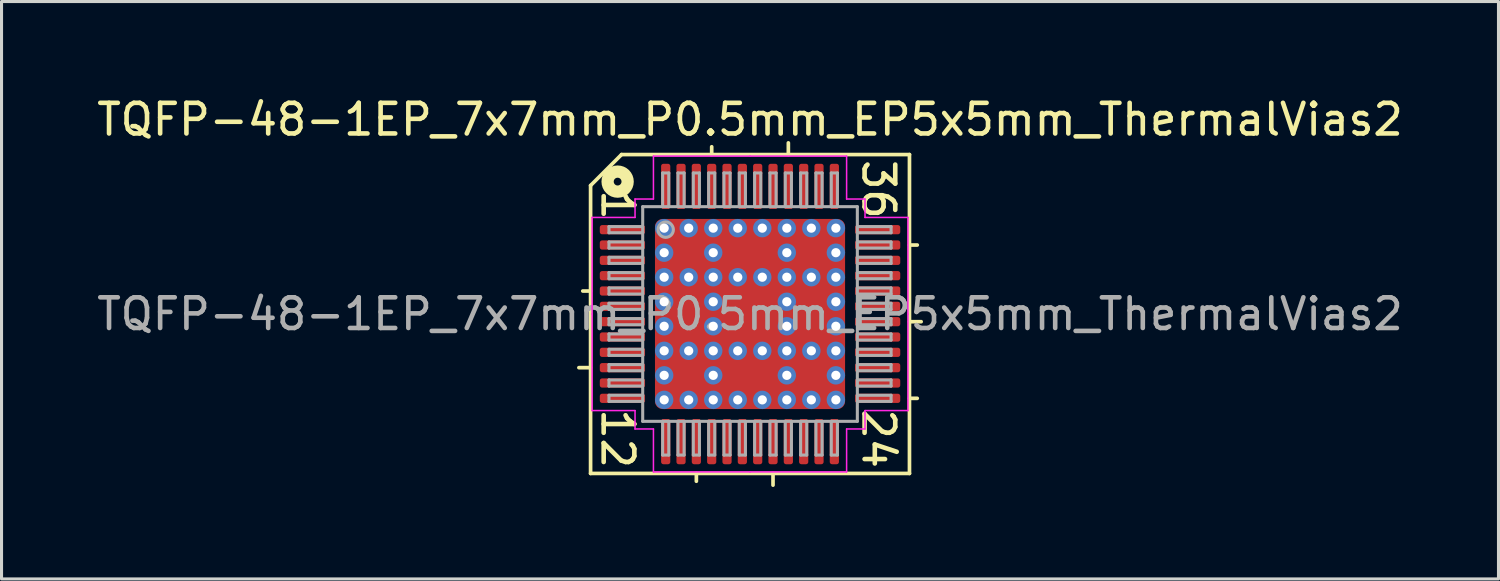
<source format=kicad_pcb>
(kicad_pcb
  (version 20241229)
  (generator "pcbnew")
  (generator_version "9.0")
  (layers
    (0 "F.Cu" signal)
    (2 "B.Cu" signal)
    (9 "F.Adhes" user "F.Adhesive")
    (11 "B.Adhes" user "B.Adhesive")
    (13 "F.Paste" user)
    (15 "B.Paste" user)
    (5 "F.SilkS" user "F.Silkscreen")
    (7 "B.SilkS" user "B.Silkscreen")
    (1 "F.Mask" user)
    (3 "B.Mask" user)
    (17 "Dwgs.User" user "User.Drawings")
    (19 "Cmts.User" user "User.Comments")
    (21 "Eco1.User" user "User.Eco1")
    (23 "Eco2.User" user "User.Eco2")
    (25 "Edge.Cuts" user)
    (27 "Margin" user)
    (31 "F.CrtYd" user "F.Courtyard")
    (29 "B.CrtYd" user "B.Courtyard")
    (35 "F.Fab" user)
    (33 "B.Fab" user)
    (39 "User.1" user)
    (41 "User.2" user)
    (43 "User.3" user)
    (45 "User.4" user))
  (footprint "TQFP-48-1EP_7x7mm_P0.5mm_EP5x5mm_ThermalVias2"
    (layer "F.Cu")
    (at 21.411 7.191)
    (property "Reference" "TQFP-48-1EP_7x7mm_P0.5mm_EP5x5mm_ThermalVias2" (at 0 -6.343 0) (layer "F.SilkS") (effects (font (size 1 1) (thickness 0.15))))
    (attr smd)
    (fp_line (start -5.2 -4.191) (end -5.2 5.2) (stroke (width 0.12) (type solid)) (layer "F.SilkS"))
    (fp_line (start -5.2 -0.75) (end -5.454 -0.75) (stroke (width 0.12) (type solid)) (layer "F.SilkS"))
    (fp_line (start -5.2 1.75) (end -5.581 1.75) (stroke (width 0.12) (type solid)) (layer "F.SilkS"))
    (fp_line (start -5.2 5.2) (end 5.2 5.2) (stroke (width 0.12) (type solid)) (layer "F.SilkS"))
    (fp_line (start -4.191 -5.2) (end -5.2 -4.191) (stroke (width 0.12) (type solid)) (layer "F.SilkS"))
    (fp_line (start -1.75 5.2) (end -1.75 5.454) (stroke (width 0.12) (type solid)) (layer "F.SilkS"))
    (fp_line (start -1.25 -5.2) (end -1.25 -5.454) (stroke (width 0.12) (type solid)) (layer "F.SilkS"))
    (fp_line (start 0.75 5.2) (end 0.75 5.581) (stroke (width 0.12) (type solid)) (layer "F.SilkS"))
    (fp_line (start 1.25 -5.2) (end 1.25 -5.581) (stroke (width 0.12) (type solid)) (layer "F.SilkS"))
    (fp_line (start 5.2 -5.2) (end -4.191 -5.2) (stroke (width 0.12) (type solid)) (layer "F.SilkS"))
    (fp_line (start 5.2 -2.25) (end 5.454 -2.25) (stroke (width 0.12) (type solid)) (layer "F.SilkS"))
    (fp_line (start 5.2 0.25) (end 5.581 0.25) (stroke (width 0.12) (type solid)) (layer "F.SilkS"))
    (fp_line (start 5.2 2.75) (end 5.454 2.75) (stroke (width 0.12) (type solid)) (layer "F.SilkS"))
    (fp_line (start 5.2 5.2) (end 5.2 -5.2) (stroke (width 0.12) (type solid)) (layer "F.SilkS"))
    (fp_circle (center -4.318 -4.318) (end -4.191 -4.318) (stroke (width 0.4) (type solid)) (fill no) (layer "F.SilkS"))
    (fp_line (start -5.15 -3.15) (end -5.15 0) (stroke (width 0.05) (type solid)) (layer "F.CrtYd"))
    (fp_line (start -5.15 3.15) (end -5.15 0) (stroke (width 0.05) (type solid)) (layer "F.CrtYd"))
    (fp_line (start -3.75 -3.75) (end -3.75 -3.15) (stroke (width 0.05) (type solid)) (layer "F.CrtYd"))
    (fp_line (start -3.75 -3.15) (end -5.15 -3.15) (stroke (width 0.05) (type solid)) (layer "F.CrtYd"))
    (fp_line (start -3.75 3.15) (end -5.15 3.15) (stroke (width 0.05) (type solid)) (layer "F.CrtYd"))
    (fp_line (start -3.75 3.75) (end -3.75 3.15) (stroke (width 0.05) (type solid)) (layer "F.CrtYd"))
    (fp_line (start -3.15 -5.15) (end -3.15 -3.75) (stroke (width 0.05) (type solid)) (layer "F.CrtYd"))
    (fp_line (start -3.15 -3.75) (end -3.75 -3.75) (stroke (width 0.05) (type solid)) (layer "F.CrtYd"))
    (fp_line (start -3.15 3.75) (end -3.75 3.75) (stroke (width 0.05) (type solid)) (layer "F.CrtYd"))
    (fp_line (start -3.15 5.15) (end -3.15 3.75) (stroke (width 0.05) (type solid)) (layer "F.CrtYd"))
    (fp_line (start 0 -5.15) (end -3.15 -5.15) (stroke (width 0.05) (type solid)) (layer "F.CrtYd"))
    (fp_line (start 0 -5.15) (end 3.15 -5.15) (stroke (width 0.05) (type solid)) (layer "F.CrtYd"))
    (fp_line (start 0 5.15) (end -3.15 5.15) (stroke (width 0.05) (type solid)) (layer "F.CrtYd"))
    (fp_line (start 0 5.15) (end 3.15 5.15) (stroke (width 0.05) (type solid)) (layer "F.CrtYd"))
    (fp_line (start 3.15 -5.15) (end 3.15 -3.75) (stroke (width 0.05) (type solid)) (layer "F.CrtYd"))
    (fp_line (start 3.15 -3.75) (end 3.75 -3.75) (stroke (width 0.05) (type solid)) (layer "F.CrtYd"))
    (fp_line (start 3.15 3.75) (end 3.75 3.75) (stroke (width 0.05) (type solid)) (layer "F.CrtYd"))
    (fp_line (start 3.15 5.15) (end 3.15 3.75) (stroke (width 0.05) (type solid)) (layer "F.CrtYd"))
    (fp_line (start 3.75 -3.75) (end 3.75 -3.15) (stroke (width 0.05) (type solid)) (layer "F.CrtYd"))
    (fp_line (start 3.75 -3.15) (end 5.15 -3.15) (stroke (width 0.05) (type solid)) (layer "F.CrtYd"))
    (fp_line (start 3.75 3.15) (end 5.15 3.15) (stroke (width 0.05) (type solid)) (layer "F.CrtYd"))
    (fp_line (start 3.75 3.75) (end 3.75 3.15) (stroke (width 0.05) (type solid)) (layer "F.CrtYd"))
    (fp_line (start 5.15 -3.15) (end 5.15 0) (stroke (width 0.05) (type solid)) (layer "F.CrtYd"))
    (fp_line (start 5.15 3.15) (end 5.15 0) (stroke (width 0.05) (type solid)) (layer "F.CrtYd"))
    (fp_line (start -4.6 -2.85) (end -4.6 -2.65) (stroke (width 0.1) (type solid)) (layer "F.Fab"))
    (fp_line (start -4.6 -2.85) (end -3.5 -2.85) (stroke (width 0.1) (type solid)) (layer "F.Fab"))
    (fp_line (start -4.6 -2.65) (end -3.5 -2.65) (stroke (width 0.1) (type solid)) (layer "F.Fab"))
    (fp_line (start -4.6 -2.35) (end -4.6 -2.15) (stroke (width 0.1) (type solid)) (layer "F.Fab"))
    (fp_line (start -4.6 -2.35) (end -3.5 -2.35) (stroke (width 0.1) (type solid)) (layer "F.Fab"))
    (fp_line (start -4.6 -2.15) (end -3.5 -2.15) (stroke (width 0.1) (type solid)) (layer "F.Fab"))
    (fp_line (start -4.6 -1.85) (end -4.6 -1.65) (stroke (width 0.1) (type solid)) (layer "F.Fab"))
    (fp_line (start -4.6 -1.85) (end -3.5 -1.85) (stroke (width 0.1) (type solid)) (layer "F.Fab"))
    (fp_line (start -4.6 -1.65) (end -3.5 -1.65) (stroke (width 0.1) (type solid)) (layer "F.Fab"))
    (fp_line (start -4.6 -1.35) (end -4.6 -1.15) (stroke (width 0.1) (type solid)) (layer "F.Fab"))
    (fp_line (start -4.6 -1.35) (end -3.5 -1.35) (stroke (width 0.1) (type solid)) (layer "F.Fab"))
    (fp_line (start -4.6 -1.15) (end -3.5 -1.15) (stroke (width 0.1) (type solid)) (layer "F.Fab"))
    (fp_line (start -4.6 -0.85) (end -4.6 -0.65) (stroke (width 0.1) (type solid)) (layer "F.Fab"))
    (fp_line (start -4.6 -0.85) (end -3.5 -0.85) (stroke (width 0.1) (type solid)) (layer "F.Fab"))
    (fp_line (start -4.6 -0.65) (end -3.5 -0.65) (stroke (width 0.1) (type solid)) (layer "F.Fab"))
    (fp_line (start -4.6 -0.35) (end -4.6 -0.15) (stroke (width 0.1) (type solid)) (layer "F.Fab"))
    (fp_line (start -4.6 -0.35) (end -3.5 -0.35) (stroke (width 0.1) (type solid)) (layer "F.Fab"))
    (fp_line (start -4.6 -0.15) (end -3.5 -0.15) (stroke (width 0.1) (type solid)) (layer "F.Fab"))
    (fp_line (start -4.6 0.15) (end -4.6 0.35) (stroke (width 0.1) (type solid)) (layer "F.Fab"))
    (fp_line (start -4.6 0.15) (end -3.5 0.15) (stroke (width 0.1) (type solid)) (layer "F.Fab"))
    (fp_line (start -4.6 0.35) (end -3.5 0.35) (stroke (width 0.1) (type solid)) (layer "F.Fab"))
    (fp_line (start -4.6 0.65) (end -4.6 0.85) (stroke (width 0.1) (type solid)) (layer "F.Fab"))
    (fp_line (start -4.6 0.65) (end -3.5 0.65) (stroke (width 0.1) (type solid)) (layer "F.Fab"))
    (fp_line (start -4.6 0.85) (end -3.5 0.85) (stroke (width 0.1) (type solid)) (layer "F.Fab"))
    (fp_line (start -4.6 1.15) (end -4.6 1.35) (stroke (width 0.1) (type solid)) (layer "F.Fab"))
    (fp_line (start -4.6 1.15) (end -3.5 1.15) (stroke (width 0.1) (type solid)) (layer "F.Fab"))
    (fp_line (start -4.6 1.35) (end -3.5 1.35) (stroke (width 0.1) (type solid)) (layer "F.Fab"))
    (fp_line (start -4.6 1.65) (end -4.6 1.85) (stroke (width 0.1) (type solid)) (layer "F.Fab"))
    (fp_line (start -4.6 1.65) (end -3.5 1.65) (stroke (width 0.1) (type solid)) (layer "F.Fab"))
    (fp_line (start -4.6 1.85) (end -3.5 1.85) (stroke (width 0.1) (type solid)) (layer "F.Fab"))
    (fp_line (start -4.6 2.15) (end -4.6 2.35) (stroke (width 0.1) (type solid)) (layer "F.Fab"))
    (fp_line (start -4.6 2.15) (end -3.5 2.15) (stroke (width 0.1) (type solid)) (layer "F.Fab"))
    (fp_line (start -4.6 2.35) (end -3.5 2.35) (stroke (width 0.1) (type solid)) (layer "F.Fab"))
    (fp_line (start -4.6 2.65) (end -4.6 2.85) (stroke (width 0.1) (type solid)) (layer "F.Fab"))
    (fp_line (start -4.6 2.65) (end -3.5 2.65) (stroke (width 0.1) (type solid)) (layer "F.Fab"))
    (fp_line (start -4.6 2.85) (end -3.5 2.85) (stroke (width 0.1) (type solid)) (layer "F.Fab"))
    (fp_line (start -3.5 -3.5) (end 3.5 -3.5) (stroke (width 0.1) (type solid)) (layer "F.Fab"))
    (fp_line (start -3.5 3.5) (end -3.5 -3.5) (stroke (width 0.1) (type solid)) (layer "F.Fab"))
    (fp_line (start -2.85 -4.6) (end -2.85 -3.5) (stroke (width 0.1) (type solid)) (layer "F.Fab"))
    (fp_line (start -2.85 4.6) (end -2.85 3.5) (stroke (width 0.1) (type solid)) (layer "F.Fab"))
    (fp_line (start -2.85 4.6) (end -2.65 4.6) (stroke (width 0.1) (type solid)) (layer "F.Fab"))
    (fp_line (start -2.65 -4.6) (end -2.85 -4.6) (stroke (width 0.1) (type solid)) (layer "F.Fab"))
    (fp_line (start -2.65 -4.6) (end -2.65 -3.5) (stroke (width 0.1) (type solid)) (layer "F.Fab"))
    (fp_line (start -2.65 4.6) (end -2.65 3.5) (stroke (width 0.1) (type solid)) (layer "F.Fab"))
    (fp_line (start -2.35 -4.6) (end -2.35 -3.5) (stroke (width 0.1) (type solid)) (layer "F.Fab"))
    (fp_line (start -2.35 4.6) (end -2.35 3.5) (stroke (width 0.1) (type solid)) (layer "F.Fab"))
    (fp_line (start -2.35 4.6) (end -2.15 4.6) (stroke (width 0.1) (type solid)) (layer "F.Fab"))
    (fp_line (start -2.15 -4.6) (end -2.35 -4.6) (stroke (width 0.1) (type solid)) (layer "F.Fab"))
    (fp_line (start -2.15 -4.6) (end -2.15 -3.5) (stroke (width 0.1) (type solid)) (layer "F.Fab"))
    (fp_line (start -2.15 4.6) (end -2.15 3.5) (stroke (width 0.1) (type solid)) (layer "F.Fab"))
    (fp_line (start -1.85 -4.6) (end -1.85 -3.5) (stroke (width 0.1) (type solid)) (layer "F.Fab"))
    (fp_line (start -1.85 4.6) (end -1.85 3.5) (stroke (width 0.1) (type solid)) (layer "F.Fab"))
    (fp_line (start -1.85 4.6) (end -1.65 4.6) (stroke (width 0.1) (type solid)) (layer "F.Fab"))
    (fp_line (start -1.65 -4.6) (end -1.85 -4.6) (stroke (width 0.1) (type solid)) (layer "F.Fab"))
    (fp_line (start -1.65 -4.6) (end -1.65 -3.5) (stroke (width 0.1) (type solid)) (layer "F.Fab"))
    (fp_line (start -1.65 4.6) (end -1.65 3.5) (stroke (width 0.1) (type solid)) (layer "F.Fab"))
    (fp_line (start -1.35 -4.6) (end -1.35 -3.5) (stroke (width 0.1) (type solid)) (layer "F.Fab"))
    (fp_line (start -1.35 4.6) (end -1.35 3.5) (stroke (width 0.1) (type solid)) (layer "F.Fab"))
    (fp_line (start -1.35 4.6) (end -1.15 4.6) (stroke (width 0.1) (type solid)) (layer "F.Fab"))
    (fp_line (start -1.15 -4.6) (end -1.35 -4.6) (stroke (width 0.1) (type solid)) (layer "F.Fab"))
    (fp_line (start -1.15 -4.6) (end -1.15 -3.5) (stroke (width 0.1) (type solid)) (layer "F.Fab"))
    (fp_line (start -1.15 4.6) (end -1.15 3.5) (stroke (width 0.1) (type solid)) (layer "F.Fab"))
    (fp_line (start -0.85 -4.6) (end -0.85 -3.5) (stroke (width 0.1) (type solid)) (layer "F.Fab"))
    (fp_line (start -0.85 4.6) (end -0.85 3.5) (stroke (width 0.1) (type solid)) (layer "F.Fab"))
    (fp_line (start -0.85 4.6) (end -0.65 4.6) (stroke (width 0.1) (type solid)) (layer "F.Fab"))
    (fp_line (start -0.65 -4.6) (end -0.85 -4.6) (stroke (width 0.1) (type solid)) (layer "F.Fab"))
    (fp_line (start -0.65 -4.6) (end -0.65 -3.5) (stroke (width 0.1) (type solid)) (layer "F.Fab"))
    (fp_line (start -0.65 4.6) (end -0.65 3.5) (stroke (width 0.1) (type solid)) (layer "F.Fab"))
    (fp_line (start -0.35 -4.6) (end -0.35 -3.5) (stroke (width 0.1) (type solid)) (layer "F.Fab"))
    (fp_line (start -0.35 4.6) (end -0.35 3.5) (stroke (width 0.1) (type solid)) (layer "F.Fab"))
    (fp_line (start -0.35 4.6) (end -0.15 4.6) (stroke (width 0.1) (type solid)) (layer "F.Fab"))
    (fp_line (start -0.15 -4.6) (end -0.35 -4.6) (stroke (width 0.1) (type solid)) (layer "F.Fab"))
    (fp_line (start -0.15 -4.6) (end -0.15 -3.5) (stroke (width 0.1) (type solid)) (layer "F.Fab"))
    (fp_line (start -0.15 4.6) (end -0.15 3.5) (stroke (width 0.1) (type solid)) (layer "F.Fab"))
    (fp_line (start 0.15 -4.6) (end 0.15 -3.5) (stroke (width 0.1) (type solid)) (layer "F.Fab"))
    (fp_line (start 0.15 4.6) (end 0.15 3.5) (stroke (width 0.1) (type solid)) (layer "F.Fab"))
    (fp_line (start 0.15 4.6) (end 0.35 4.6) (stroke (width 0.1) (type solid)) (layer "F.Fab"))
    (fp_line (start 0.35 -4.6) (end 0.15 -4.6) (stroke (width 0.1) (type solid)) (layer "F.Fab"))
    (fp_line (start 0.35 -4.6) (end 0.35 -3.5) (stroke (width 0.1) (type solid)) (layer "F.Fab"))
    (fp_line (start 0.35 4.6) (end 0.35 3.5) (stroke (width 0.1) (type solid)) (layer "F.Fab"))
    (fp_line (start 0.65 -4.6) (end 0.65 -3.5) (stroke (width 0.1) (type solid)) (layer "F.Fab"))
    (fp_line (start 0.65 4.6) (end 0.65 3.5) (stroke (width 0.1) (type solid)) (layer "F.Fab"))
    (fp_line (start 0.65 4.6) (end 0.85 4.6) (stroke (width 0.1) (type solid)) (layer "F.Fab"))
    (fp_line (start 0.85 -4.6) (end 0.65 -4.6) (stroke (width 0.1) (type solid)) (layer "F.Fab"))
    (fp_line (start 0.85 -4.6) (end 0.85 -3.5) (stroke (width 0.1) (type solid)) (layer "F.Fab"))
    (fp_line (start 0.85 4.6) (end 0.85 3.5) (stroke (width 0.1) (type solid)) (layer "F.Fab"))
    (fp_line (start 1.15 -4.6) (end 1.15 -3.5) (stroke (width 0.1) (type solid)) (layer "F.Fab"))
    (fp_line (start 1.15 4.6) (end 1.15 3.5) (stroke (width 0.1) (type solid)) (layer "F.Fab"))
    (fp_line (start 1.15 4.6) (end 1.35 4.6) (stroke (width 0.1) (type solid)) (layer "F.Fab"))
    (fp_line (start 1.35 -4.6) (end 1.15 -4.6) (stroke (width 0.1) (type solid)) (layer "F.Fab"))
    (fp_line (start 1.35 -4.6) (end 1.35 -3.5) (stroke (width 0.1) (type solid)) (layer "F.Fab"))
    (fp_line (start 1.35 4.6) (end 1.35 3.5) (stroke (width 0.1) (type solid)) (layer "F.Fab"))
    (fp_line (start 1.65 -4.6) (end 1.65 -3.5) (stroke (width 0.1) (type solid)) (layer "F.Fab"))
    (fp_line (start 1.65 4.6) (end 1.65 3.5) (stroke (width 0.1) (type solid)) (layer "F.Fab"))
    (fp_line (start 1.65 4.6) (end 1.85 4.6) (stroke (width 0.1) (type solid)) (layer "F.Fab"))
    (fp_line (start 1.85 -4.6) (end 1.65 -4.6) (stroke (width 0.1) (type solid)) (layer "F.Fab"))
    (fp_line (start 1.85 -4.6) (end 1.85 -3.5) (stroke (width 0.1) (type solid)) (layer "F.Fab"))
    (fp_line (start 1.85 4.6) (end 1.85 3.5) (stroke (width 0.1) (type solid)) (layer "F.Fab"))
    (fp_line (start 2.15 -4.6) (end 2.15 -3.5) (stroke (width 0.1) (type solid)) (layer "F.Fab"))
    (fp_line (start 2.15 4.6) (end 2.15 3.5) (stroke (width 0.1) (type solid)) (layer "F.Fab"))
    (fp_line (start 2.15 4.6) (end 2.35 4.6) (stroke (width 0.1) (type solid)) (layer "F.Fab"))
    (fp_line (start 2.35 -4.6) (end 2.15 -4.6) (stroke (width 0.1) (type solid)) (layer "F.Fab"))
    (fp_line (start 2.35 -4.6) (end 2.35 -3.5) (stroke (width 0.1) (type solid)) (layer "F.Fab"))
    (fp_line (start 2.35 4.6) (end 2.35 3.5) (stroke (width 0.1) (type solid)) (layer "F.Fab"))
    (fp_line (start 2.65 -4.6) (end 2.65 -3.5) (stroke (width 0.1) (type solid)) (layer "F.Fab"))
    (fp_line (start 2.65 4.6) (end 2.65 3.5) (stroke (width 0.1) (type solid)) (layer "F.Fab"))
    (fp_line (start 2.65 4.6) (end 2.85 4.6) (stroke (width 0.1) (type solid)) (layer "F.Fab"))
    (fp_line (start 2.85 -4.6) (end 2.65 -4.6) (stroke (width 0.1) (type solid)) (layer "F.Fab"))
    (fp_line (start 2.85 -4.6) (end 2.85 -3.5) (stroke (width 0.1) (type solid)) (layer "F.Fab"))
    (fp_line (start 2.85 4.6) (end 2.85 3.5) (stroke (width 0.1) (type solid)) (layer "F.Fab"))
    (fp_line (start 3.5 -3.5) (end 3.5 3.5) (stroke (width 0.1) (type solid)) (layer "F.Fab"))
    (fp_line (start 3.5 3.5) (end -3.5 3.5) (stroke (width 0.1) (type solid)) (layer "F.Fab"))
    (fp_line (start 4.6 -2.85) (end 3.5 -2.85) (stroke (width 0.1) (type solid)) (layer "F.Fab"))
    (fp_line (start 4.6 -2.65) (end 3.5 -2.65) (stroke (width 0.1) (type solid)) (layer "F.Fab"))
    (fp_line (start 4.6 -2.65) (end 4.6 -2.85) (stroke (width 0.1) (type solid)) (layer "F.Fab"))
    (fp_line (start 4.6 -2.35) (end 3.5 -2.35) (stroke (width 0.1) (type solid)) (layer "F.Fab"))
    (fp_line (start 4.6 -2.15) (end 3.5 -2.15) (stroke (width 0.1) (type solid)) (layer "F.Fab"))
    (fp_line (start 4.6 -2.15) (end 4.6 -2.35) (stroke (width 0.1) (type solid)) (layer "F.Fab"))
    (fp_line (start 4.6 -1.85) (end 3.5 -1.85) (stroke (width 0.1) (type solid)) (layer "F.Fab"))
    (fp_line (start 4.6 -1.65) (end 3.5 -1.65) (stroke (width 0.1) (type solid)) (layer "F.Fab"))
    (fp_line (start 4.6 -1.65) (end 4.6 -1.85) (stroke (width 0.1) (type solid)) (layer "F.Fab"))
    (fp_line (start 4.6 -1.35) (end 3.5 -1.35) (stroke (width 0.1) (type solid)) (layer "F.Fab"))
    (fp_line (start 4.6 -1.15) (end 3.5 -1.15) (stroke (width 0.1) (type solid)) (layer "F.Fab"))
    (fp_line (start 4.6 -1.15) (end 4.6 -1.35) (stroke (width 0.1) (type solid)) (layer "F.Fab"))
    (fp_line (start 4.6 -0.85) (end 3.5 -0.85) (stroke (width 0.1) (type solid)) (layer "F.Fab"))
    (fp_line (start 4.6 -0.65) (end 3.5 -0.65) (stroke (width 0.1) (type solid)) (layer "F.Fab"))
    (fp_line (start 4.6 -0.65) (end 4.6 -0.85) (stroke (width 0.1) (type solid)) (layer "F.Fab"))
    (fp_line (start 4.6 -0.35) (end 3.5 -0.35) (stroke (width 0.1) (type solid)) (layer "F.Fab"))
    (fp_line (start 4.6 -0.15) (end 3.5 -0.15) (stroke (width 0.1) (type solid)) (layer "F.Fab"))
    (fp_line (start 4.6 -0.15) (end 4.6 -0.35) (stroke (width 0.1) (type solid)) (layer "F.Fab"))
    (fp_line (start 4.6 0.15) (end 3.5 0.15) (stroke (width 0.1) (type solid)) (layer "F.Fab"))
    (fp_line (start 4.6 0.35) (end 3.5 0.35) (stroke (width 0.1) (type solid)) (layer "F.Fab"))
    (fp_line (start 4.6 0.35) (end 4.6 0.15) (stroke (width 0.1) (type solid)) (layer "F.Fab"))
    (fp_line (start 4.6 0.65) (end 3.5 0.65) (stroke (width 0.1) (type solid)) (layer "F.Fab"))
    (fp_line (start 4.6 0.85) (end 3.5 0.85) (stroke (width 0.1) (type solid)) (layer "F.Fab"))
    (fp_line (start 4.6 0.85) (end 4.6 0.65) (stroke (width 0.1) (type solid)) (layer "F.Fab"))
    (fp_line (start 4.6 1.15) (end 3.5 1.15) (stroke (width 0.1) (type solid)) (layer "F.Fab"))
    (fp_line (start 4.6 1.35) (end 3.5 1.35) (stroke (width 0.1) (type solid)) (layer "F.Fab"))
    (fp_line (start 4.6 1.35) (end 4.6 1.15) (stroke (width 0.1) (type solid)) (layer "F.Fab"))
    (fp_line (start 4.6 1.65) (end 3.5 1.65) (stroke (width 0.1) (type solid)) (layer "F.Fab"))
    (fp_line (start 4.6 1.85) (end 3.5 1.85) (stroke (width 0.1) (type solid)) (layer "F.Fab"))
    (fp_line (start 4.6 1.85) (end 4.6 1.65) (stroke (width 0.1) (type solid)) (layer "F.Fab"))
    (fp_line (start 4.6 2.15) (end 3.5 2.15) (stroke (width 0.1) (type solid)) (layer "F.Fab"))
    (fp_line (start 4.6 2.35) (end 3.5 2.35) (stroke (width 0.1) (type solid)) (layer "F.Fab"))
    (fp_line (start 4.6 2.35) (end 4.6 2.15) (stroke (width 0.1) (type solid)) (layer "F.Fab"))
    (fp_line (start 4.6 2.65) (end 3.5 2.65) (stroke (width 0.1) (type solid)) (layer "F.Fab"))
    (fp_line (start 4.6 2.85) (end 3.5 2.85) (stroke (width 0.1) (type solid)) (layer "F.Fab"))
    (fp_line (start 4.6 2.85) (end 4.6 2.65) (stroke (width 0.1) (type solid)) (layer "F.Fab"))
    (fp_circle (center -2.75 -2.75) (end -2.5 -2.75) (stroke (width 0.1) (type solid)) (fill no) (layer "F.Fab"))
    (fp_text user "24" (at 4.191 4.064 270) (unlocked yes) (layer "F.SilkS") (effects (font (size 1 1) (thickness 0.15))))
    (fp_text user "12" (at -4.318 4.064 270) (unlocked yes) (layer "F.SilkS") (effects (font (size 1 1) (thickness 0.15))))
    (fp_text user "36" (at 4.191 -4.064 270) (unlocked yes) (layer "F.SilkS") (effects (font (size 1 1) (thickness 0.15))))
    (fp_text user "1" (at -4.318 -3.556 270) (unlocked yes) (layer "F.SilkS") (effects (font (size 1 1) (thickness 0.15))))
    (fp_text user "${REFERENCE}" (at 0 0 0) (layer "F.Fab") (effects (font (size 1 1) (thickness 0.15))))
    (pad "" smd roundrect (at -2 -2 90) (size 0.7 0.7) (layers "F.Paste") (roundrect_rratio 0.25))
    (pad "" smd roundrect (at -2 -2 90) (size 1 1) (layers "F.Mask") (roundrect_rratio 0.25))
    (pad "" smd roundrect (at -2 -0.425 180) (size 0.7 0.65) (layers "F.Paste") (roundrect_rratio 0.25))
    (pad "" smd roundrect (at -2 0 90) (size 1.8 1) (layers "F.Mask") (roundrect_rratio 0.25))
    (pad "" smd roundrect (at -2 0.425 180) (size 0.7 0.65) (layers "F.Paste") (roundrect_rratio 0.25))
    (pad "" smd roundrect (at -2 2 90) (size 0.7 0.7) (layers "F.Paste") (roundrect_rratio 0.25))
    (pad "" smd roundrect (at -2 2 90) (size 1 1) (layers "F.Mask") (roundrect_rratio 0.25))
    (pad "" smd roundrect (at -0.425 -2 90) (size 0.7 0.65) (layers "F.Paste") (roundrect_rratio 0.25))
    (pad "" smd roundrect (at -0.425 -0.425 90) (size 0.65 0.65) (layers "F.Paste") (roundrect_rratio 0.25))
    (pad "" smd roundrect (at -0.425 0.425 90) (size 0.65 0.65) (layers "F.Paste") (roundrect_rratio 0.25))
    (pad "" smd roundrect (at -0.425 2 90) (size 0.7 0.65) (layers "F.Paste") (roundrect_rratio 0.25))
    (pad "" smd roundrect (at 0 -2 180) (size 1.8 1) (layers "F.Mask") (roundrect_rratio 0.25))
    (pad "" smd roundrect (at 0 0 90) (size 1.8 1.8) (layers "F.Mask") (roundrect_rratio 0.139))
    (pad "" smd roundrect (at 0 2 180) (size 1.8 1) (layers "F.Mask") (roundrect_rratio 0.25))
    (pad "" smd roundrect (at 0.425 -2 90) (size 0.7 0.65) (layers "F.Paste") (roundrect_rratio 0.25))
    (pad "" smd roundrect (at 0.425 -0.425 90) (size 0.65 0.65) (layers "F.Paste") (roundrect_rratio 0.25))
    (pad "" smd roundrect (at 0.425 0.425 90) (size 0.65 0.65) (layers "F.Paste") (roundrect_rratio 0.25))
    (pad "" smd roundrect (at 0.425 2 90) (size 0.7 0.65) (layers "F.Paste") (roundrect_rratio 0.25))
    (pad "" smd roundrect (at 2 -2 90) (size 0.7 0.7) (layers "F.Paste") (roundrect_rratio 0.25))
    (pad "" smd roundrect (at 2 -2 90) (size 1 1) (layers "F.Mask") (roundrect_rratio 0.25))
    (pad "" smd roundrect (at 2 -0.425 180) (size 0.7 0.65) (layers "F.Paste") (roundrect_rratio 0.25))
    (pad "" smd roundrect (at 2 0 90) (size 1.8 1) (layers "F.Mask") (roundrect_rratio 0.25))
    (pad "" smd roundrect (at 2 0.425 180) (size 0.7 0.65) (layers "F.Paste") (roundrect_rratio 0.25))
    (pad "" smd roundrect (at 2 2 90) (size 0.7 0.7) (layers "F.Paste") (roundrect_rratio 0.25))
    (pad "" smd roundrect (at 2 2 90) (size 1 1) (layers "F.Mask") (roundrect_rratio 0.25))
    (pad "1" smd roundrect (at -4.162 -2.75) (size 1.475 0.3) (layers "F.Cu" "F.Mask" "F.Paste") (roundrect_rratio 0.25))
    (pad "2" smd roundrect (at -4.162 -2.25) (size 1.475 0.3) (layers "F.Cu" "F.Mask" "F.Paste") (roundrect_rratio 0.25))
    (pad "3" smd roundrect (at -4.162 -1.75) (size 1.475 0.3) (layers "F.Cu" "F.Mask" "F.Paste") (roundrect_rratio 0.25))
    (pad "4" smd roundrect (at -4.162 -1.25) (size 1.475 0.3) (layers "F.Cu" "F.Mask" "F.Paste") (roundrect_rratio 0.25))
    (pad "5" smd roundrect (at -4.162 -0.75) (size 1.475 0.3) (layers "F.Cu" "F.Mask" "F.Paste") (roundrect_rratio 0.25))
    (pad "6" smd roundrect (at -4.162 -0.25) (size 1.475 0.3) (layers "F.Cu" "F.Mask" "F.Paste") (roundrect_rratio 0.25))
    (pad "7" smd roundrect (at -4.162 0.25) (size 1.475 0.3) (layers "F.Cu" "F.Mask" "F.Paste") (roundrect_rratio 0.25))
    (pad "8" smd roundrect (at -4.162 0.75) (size 1.475 0.3) (layers "F.Cu" "F.Mask" "F.Paste") (roundrect_rratio 0.25))
    (pad "9" smd roundrect (at -4.162 1.25) (size 1.475 0.3) (layers "F.Cu" "F.Mask" "F.Paste") (roundrect_rratio 0.25))
    (pad "10" smd roundrect (at -4.162 1.75) (size 1.475 0.3) (layers "F.Cu" "F.Mask" "F.Paste") (roundrect_rratio 0.25))
    (pad "11" smd roundrect (at -4.162 2.25) (size 1.475 0.3) (layers "F.Cu" "F.Mask" "F.Paste") (roundrect_rratio 0.25))
    (pad "12" smd roundrect (at -4.162 2.75) (size 1.475 0.3) (layers "F.Cu" "F.Mask" "F.Paste") (roundrect_rratio 0.25))
    (pad "13" smd roundrect (at -2.75 4.162) (size 0.3 1.475) (layers "F.Cu" "F.Mask" "F.Paste") (roundrect_rratio 0.25))
    (pad "14" smd roundrect (at -2.25 4.162) (size 0.3 1.475) (layers "F.Cu" "F.Mask" "F.Paste") (roundrect_rratio 0.25))
    (pad "15" smd roundrect (at -1.75 4.162) (size 0.3 1.475) (layers "F.Cu" "F.Mask" "F.Paste") (roundrect_rratio 0.25))
    (pad "16" smd roundrect (at -1.25 4.162) (size 0.3 1.475) (layers "F.Cu" "F.Mask" "F.Paste") (roundrect_rratio 0.25))
    (pad "17" smd roundrect (at -0.75 4.162) (size 0.3 1.475) (layers "F.Cu" "F.Mask" "F.Paste") (roundrect_rratio 0.25))
    (pad "18" smd roundrect (at -0.25 4.162) (size 0.3 1.475) (layers "F.Cu" "F.Mask" "F.Paste") (roundrect_rratio 0.25))
    (pad "19" smd roundrect (at 0.25 4.162) (size 0.3 1.475) (layers "F.Cu" "F.Mask" "F.Paste") (roundrect_rratio 0.25))
    (pad "20" smd roundrect (at 0.75 4.162) (size 0.3 1.475) (layers "F.Cu" "F.Mask" "F.Paste") (roundrect_rratio 0.25))
    (pad "21" smd roundrect (at 1.25 4.162) (size 0.3 1.475) (layers "F.Cu" "F.Mask" "F.Paste") (roundrect_rratio 0.25))
    (pad "22" smd roundrect (at 1.75 4.162) (size 0.3 1.475) (layers "F.Cu" "F.Mask" "F.Paste") (roundrect_rratio 0.25))
    (pad "23" smd roundrect (at 2.25 4.162) (size 0.3 1.475) (layers "F.Cu" "F.Mask" "F.Paste") (roundrect_rratio 0.25))
    (pad "24" smd roundrect (at 2.75 4.162) (size 0.3 1.475) (layers "F.Cu" "F.Mask" "F.Paste") (roundrect_rratio 0.25))
    (pad "25" smd roundrect (at 4.162 2.75) (size 1.475 0.3) (layers "F.Cu" "F.Mask" "F.Paste") (roundrect_rratio 0.25))
    (pad "26" smd roundrect (at 4.162 2.25) (size 1.475 0.3) (layers "F.Cu" "F.Mask" "F.Paste") (roundrect_rratio 0.25))
    (pad "27" smd roundrect (at 4.162 1.75) (size 1.475 0.3) (layers "F.Cu" "F.Mask" "F.Paste") (roundrect_rratio 0.25))
    (pad "28" smd roundrect (at 4.162 1.25) (size 1.475 0.3) (layers "F.Cu" "F.Mask" "F.Paste") (roundrect_rratio 0.25))
    (pad "29" smd roundrect (at 4.162 0.75) (size 1.475 0.3) (layers "F.Cu" "F.Mask" "F.Paste") (roundrect_rratio 0.25))
    (pad "30" smd roundrect (at 4.162 0.25) (size 1.475 0.3) (layers "F.Cu" "F.Mask" "F.Paste") (roundrect_rratio 0.25))
    (pad "31" smd roundrect (at 4.162 -0.25) (size 1.475 0.3) (layers "F.Cu" "F.Mask" "F.Paste") (roundrect_rratio 0.25))
    (pad "32" smd roundrect (at 4.162 -0.75) (size 1.475 0.3) (layers "F.Cu" "F.Mask" "F.Paste") (roundrect_rratio 0.25))
    (pad "33" smd roundrect (at 4.162 -1.25) (size 1.475 0.3) (layers "F.Cu" "F.Mask" "F.Paste") (roundrect_rratio 0.25))
    (pad "34" smd roundrect (at 4.162 -1.75) (size 1.475 0.3) (layers "F.Cu" "F.Mask" "F.Paste") (roundrect_rratio 0.25))
    (pad "35" smd roundrect (at 4.162 -2.25) (size 1.475 0.3) (layers "F.Cu" "F.Mask" "F.Paste") (roundrect_rratio 0.25))
    (pad "36" smd roundrect (at 4.162 -2.75) (size 1.475 0.3) (layers "F.Cu" "F.Mask" "F.Paste") (roundrect_rratio 0.25))
    (pad "37" smd roundrect (at 2.75 -4.162) (size 0.3 1.475) (layers "F.Cu" "F.Mask" "F.Paste") (roundrect_rratio 0.25))
    (pad "38" smd roundrect (at 2.25 -4.162) (size 0.3 1.475) (layers "F.Cu" "F.Mask" "F.Paste") (roundrect_rratio 0.25))
    (pad "39" smd roundrect (at 1.75 -4.162) (size 0.3 1.475) (layers "F.Cu" "F.Mask" "F.Paste") (roundrect_rratio 0.25))
    (pad "40" smd roundrect (at 1.25 -4.162) (size 0.3 1.475) (layers "F.Cu" "F.Mask" "F.Paste") (roundrect_rratio 0.25))
    (pad "41" smd roundrect (at 0.75 -4.162) (size 0.3 1.475) (layers "F.Cu" "F.Mask" "F.Paste") (roundrect_rratio 0.25))
    (pad "42" smd roundrect (at 0.25 -4.162) (size 0.3 1.475) (layers "F.Cu" "F.Mask" "F.Paste") (roundrect_rratio 0.25))
    (pad "43" smd roundrect (at -0.25 -4.162) (size 0.3 1.475) (layers "F.Cu" "F.Mask" "F.Paste") (roundrect_rratio 0.25))
    (pad "44" smd roundrect (at -0.75 -4.162) (size 0.3 1.475) (layers "F.Cu" "F.Mask" "F.Paste") (roundrect_rratio 0.25))
    (pad "45" smd roundrect (at -1.25 -4.162) (size 0.3 1.475) (layers "F.Cu" "F.Mask" "F.Paste") (roundrect_rratio 0.25))
    (pad "46" smd roundrect (at -1.75 -4.162) (size 0.3 1.475) (layers "F.Cu" "F.Mask" "F.Paste") (roundrect_rratio 0.25))
    (pad "47" smd roundrect (at -2.25 -4.162) (size 0.3 1.475) (layers "F.Cu" "F.Mask" "F.Paste") (roundrect_rratio 0.25))
    (pad "48" smd roundrect (at -2.75 -4.162) (size 0.3 1.475) (layers "F.Cu" "F.Mask" "F.Paste") (roundrect_rratio 0.25))
    (pad "49" thru_hole circle (at -2.8 -2.8 270) (size 0.6 0.6) (drill 0.3) (property pad_prop_heatsink) (layers "*.Cu" "*.Mask"))
    (pad "49" thru_hole circle (at -2.8 -2 270) (size 0.6 0.6) (drill 0.3) (property pad_prop_heatsink) (layers "*.Cu" "*.Mask"))
    (pad "49" thru_hole circle (at -2.8 -1.2 270) (size 0.6 0.6) (drill 0.3) (property pad_prop_heatsink) (layers "*.Cu" "*.Mask"))
    (pad "49" thru_hole circle (at -2.8 -0.4 270) (size 0.6 0.6) (drill 0.3) (property pad_prop_heatsink) (layers "*.Cu" "*.Mask"))
    (pad "49" thru_hole circle (at -2.8 0.4 270) (size 0.6 0.6) (drill 0.3) (property pad_prop_heatsink) (layers "*.Cu" "*.Mask"))
    (pad "49" thru_hole circle (at -2.8 1.2 270) (size 0.6 0.6) (drill 0.3) (property pad_prop_heatsink) (layers "*.Cu" "*.Mask"))
    (pad "49" thru_hole circle (at -2.8 2 270) (size 0.6 0.6) (drill 0.3) (property pad_prop_heatsink) (layers "*.Cu" "*.Mask"))
    (pad "49" thru_hole circle (at -2.8 2.8 270) (size 0.6 0.6) (drill 0.3) (property pad_prop_heatsink) (layers "*.Cu" "*.Mask"))
    (pad "49" thru_hole circle (at -2 -2.8 270) (size 0.6 0.6) (drill 0.3) (property pad_prop_heatsink) (layers "*.Cu" "*.Mask"))
    (pad "49" thru_hole circle (at -2 -1.2 270) (size 0.6 0.6) (drill 0.3) (property pad_prop_heatsink) (layers "*.Cu" "*.Mask"))
    (pad "49" thru_hole circle (at -2 1.2 270) (size 0.6 0.6) (drill 0.3) (property pad_prop_heatsink) (layers "*.Cu" "*.Mask"))
    (pad "49" thru_hole circle (at -2 2.8 270) (size 0.6 0.6) (drill 0.3) (property pad_prop_heatsink) (layers "*.Cu" "*.Mask"))
    (pad "49" thru_hole circle (at -1.2 -2.8 270) (size 0.6 0.6) (drill 0.3) (property pad_prop_heatsink) (layers "*.Cu" "*.Mask"))
    (pad "49" thru_hole circle (at -1.2 -2 270) (size 0.6 0.6) (drill 0.3) (property pad_prop_heatsink) (layers "*.Cu" "*.Mask"))
    (pad "49" thru_hole circle (at -1.2 -1.2 270) (size 0.6 0.6) (drill 0.3) (property pad_prop_heatsink) (layers "*.Cu" "*.Mask"))
    (pad "49" thru_hole circle (at -1.2 -0.4 270) (size 0.6 0.6) (drill 0.3) (property pad_prop_heatsink) (layers "*.Cu" "*.Mask"))
    (pad "49" thru_hole circle (at -1.2 0.4 270) (size 0.6 0.6) (drill 0.3) (property pad_prop_heatsink) (layers "*.Cu" "*.Mask"))
    (pad "49" thru_hole circle (at -1.2 1.2 270) (size 0.6 0.6) (drill 0.3) (property pad_prop_heatsink) (layers "*.Cu" "*.Mask"))
    (pad "49" thru_hole circle (at -1.2 2 270) (size 0.6 0.6) (drill 0.3) (property pad_prop_heatsink) (layers "*.Cu" "*.Mask"))
    (pad "49" thru_hole circle (at -1.2 2.8 270) (size 0.6 0.6) (drill 0.3) (property pad_prop_heatsink) (layers "*.Cu" "*.Mask"))
    (pad "49" thru_hole circle (at -0.4 -2.8 270) (size 0.6 0.6) (drill 0.3) (property pad_prop_heatsink) (layers "*.Cu" "*.Mask"))
    (pad "49" thru_hole circle (at -0.4 -1.2 270) (size 0.6 0.6) (drill 0.3) (property pad_prop_heatsink) (layers "*.Cu" "*.Mask"))
    (pad "49" thru_hole circle (at -0.4 1.2 270) (size 0.6 0.6) (drill 0.3) (property pad_prop_heatsink) (layers "*.Cu" "*.Mask"))
    (pad "49" thru_hole circle (at -0.4 2.8 270) (size 0.6 0.6) (drill 0.3) (property pad_prop_heatsink) (layers "*.Cu" "*.Mask"))
    (pad "49" smd roundrect (at 0 0) (size 6.2 6.2) (layers "F.Cu") (roundrect_rratio 0.04))
    (pad "49" thru_hole circle (at 0.4 -2.8 90) (size 0.6 0.6) (drill 0.3) (property pad_prop_heatsink) (layers "*.Cu" "*.Mask"))
    (pad "49" thru_hole circle (at 0.4 -1.2 90) (size 0.6 0.6) (drill 0.3) (property pad_prop_heatsink) (layers "*.Cu" "*.Mask"))
    (pad "49" thru_hole circle (at 0.4 1.2 90) (size 0.6 0.6) (drill 0.3) (property pad_prop_heatsink) (layers "*.Cu" "*.Mask"))
    (pad "49" thru_hole circle (at 0.4 2.8 90) (size 0.6 0.6) (drill 0.3) (property pad_prop_heatsink) (layers "*.Cu" "*.Mask"))
    (pad "49" thru_hole circle (at 1.2 -2.8 90) (size 0.6 0.6) (drill 0.3) (property pad_prop_heatsink) (layers "*.Cu" "*.Mask"))
    (pad "49" thru_hole circle (at 1.2 -2 90) (size 0.6 0.6) (drill 0.3) (property pad_prop_heatsink) (layers "*.Cu" "*.Mask"))
    (pad "49" thru_hole circle (at 1.2 -1.2 90) (size 0.6 0.6) (drill 0.3) (property pad_prop_heatsink) (layers "*.Cu" "*.Mask"))
    (pad "49" thru_hole circle (at 1.2 -0.4 90) (size 0.6 0.6) (drill 0.3) (property pad_prop_heatsink) (layers "*.Cu" "*.Mask"))
    (pad "49" thru_hole circle (at 1.2 0.4 90) (size 0.6 0.6) (drill 0.3) (property pad_prop_heatsink) (layers "*.Cu" "*.Mask"))
    (pad "49" thru_hole circle (at 1.2 1.2 90) (size 0.6 0.6) (drill 0.3) (property pad_prop_heatsink) (layers "*.Cu" "*.Mask"))
    (pad "49" thru_hole circle (at 1.2 2 90) (size 0.6 0.6) (drill 0.3) (property pad_prop_heatsink) (layers "*.Cu" "*.Mask"))
    (pad "49" thru_hole circle (at 1.2 2.8 90) (size 0.6 0.6) (drill 0.3) (property pad_prop_heatsink) (layers "*.Cu" "*.Mask"))
    (pad "49" thru_hole circle (at 2 -2.8 90) (size 0.6 0.6) (drill 0.3) (property pad_prop_heatsink) (layers "*.Cu" "*.Mask"))
    (pad "49" thru_hole circle (at 2 -1.2 90) (size 0.6 0.6) (drill 0.3) (property pad_prop_heatsink) (layers "*.Cu" "*.Mask"))
    (pad "49" thru_hole circle (at 2 1.2 90) (size 0.6 0.6) (drill 0.3) (property pad_prop_heatsink) (layers "*.Cu" "*.Mask"))
    (pad "49" thru_hole circle (at 2 2.8 90) (size 0.6 0.6) (drill 0.3) (property pad_prop_heatsink) (layers "*.Cu" "*.Mask"))
    (pad "49" thru_hole circle (at 2.8 -2.8 90) (size 0.6 0.6) (drill 0.3) (property pad_prop_heatsink) (layers "*.Cu" "*.Mask"))
    (pad "49" thru_hole circle (at 2.8 -2 90) (size 0.6 0.6) (drill 0.3) (property pad_prop_heatsink) (layers "*.Cu" "*.Mask"))
    (pad "49" thru_hole circle (at 2.8 -1.2 90) (size 0.6 0.6) (drill 0.3) (property pad_prop_heatsink) (layers "*.Cu" "*.Mask"))
    (pad "49" thru_hole circle (at 2.8 -0.4 90) (size 0.6 0.6) (drill 0.3) (property pad_prop_heatsink) (layers "*.Cu" "*.Mask"))
    (pad "49" thru_hole circle (at 2.8 0.4 90) (size 0.6 0.6) (drill 0.3) (property pad_prop_heatsink) (layers "*.Cu" "*.Mask"))
    (pad "49" thru_hole circle (at 2.8 1.2 90) (size 0.6 0.6) (drill 0.3) (property pad_prop_heatsink) (layers "*.Cu" "*.Mask"))
    (pad "49" thru_hole circle (at 2.8 2 90) (size 0.6 0.6) (drill 0.3) (property pad_prop_heatsink) (layers "*.Cu" "*.Mask"))
    (pad "49" thru_hole circle (at 2.8 2.8 90) (size 0.6 0.6) (drill 0.3) (property pad_prop_heatsink) (layers "*.Cu" "*.Mask")))
  (gr_rect
    (start -3 -3)
    (end 45.821 15.832)
    (stroke (width 0.1) (type default))
    (fill no)
    (layer "Edge.Cuts")))
</source>
